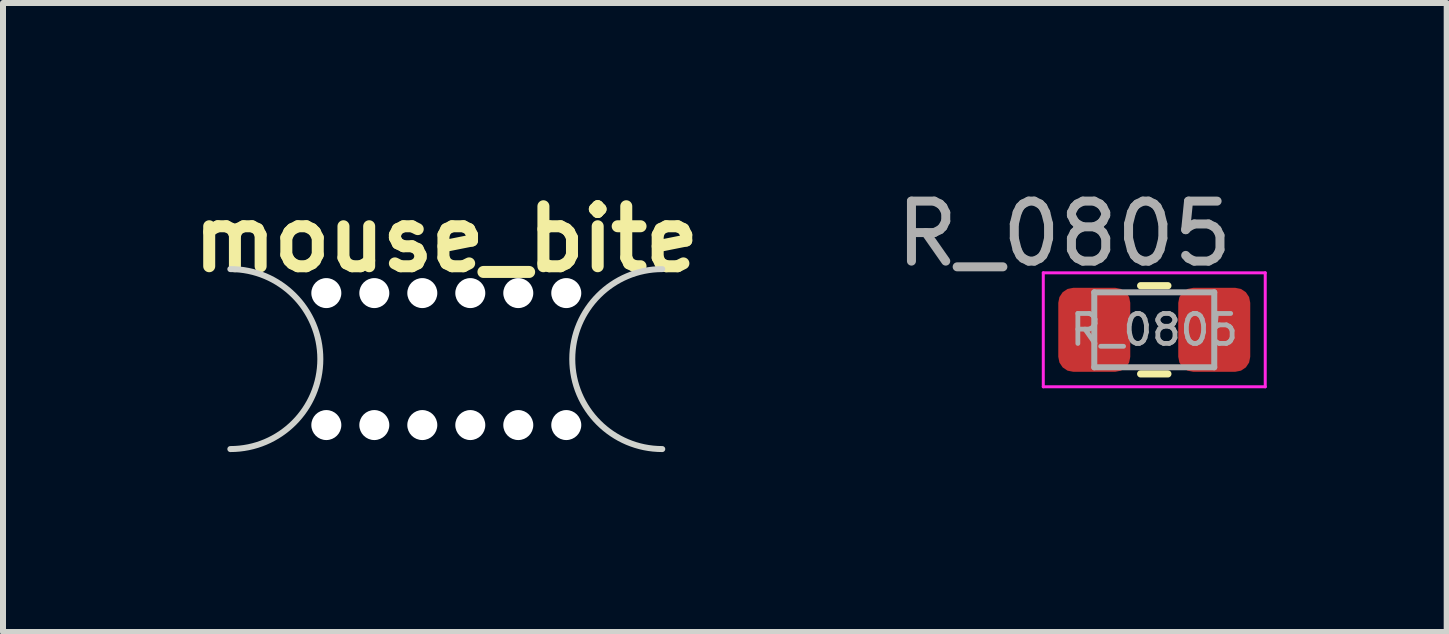
<source format=kicad_pcb>
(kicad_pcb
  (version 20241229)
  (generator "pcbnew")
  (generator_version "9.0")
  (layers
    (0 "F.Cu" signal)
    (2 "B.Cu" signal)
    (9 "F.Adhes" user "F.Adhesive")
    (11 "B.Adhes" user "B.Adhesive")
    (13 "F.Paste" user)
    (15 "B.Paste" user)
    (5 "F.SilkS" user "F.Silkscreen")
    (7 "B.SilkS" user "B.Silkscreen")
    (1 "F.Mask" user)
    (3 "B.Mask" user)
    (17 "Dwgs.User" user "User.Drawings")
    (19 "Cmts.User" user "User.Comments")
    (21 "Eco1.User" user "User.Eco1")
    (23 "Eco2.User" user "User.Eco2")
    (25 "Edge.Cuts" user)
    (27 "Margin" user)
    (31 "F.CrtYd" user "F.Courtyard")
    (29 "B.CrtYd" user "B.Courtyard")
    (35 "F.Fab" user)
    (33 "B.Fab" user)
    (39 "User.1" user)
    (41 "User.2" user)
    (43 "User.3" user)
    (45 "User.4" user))
  (footprint "mouse_bite"
    (layer "F.Cu")
    (at 4.39 2.936)
    (property "Reference" "mouse_bite" (at 0 -2 0) (layer "F.SilkS") (effects (font (size 1 1) (thickness 0.2))))
    (attr through_hole board_only)
    (fp_arc (start -3.6 -1.5) (mid -2.1 0) (end -3.6 1.5) (stroke (width 0.1) (type solid)) (layer "Edge.Cuts"))
    (fp_arc (start 3.6 1.5) (mid 2.1 0) (end 3.6 -1.5) (stroke (width 0.1) (type solid)) (layer "Edge.Cuts"))
    (pad "" np_thru_hole circle (at -2 -1.1) (size 0.5 0.5) (drill 0.5) (layers "*.Cu" "*.Mask"))
    (pad "" np_thru_hole circle (at -2 1.1) (size 0.5 0.5) (drill 0.5) (layers "*.Cu" "*.Mask"))
    (pad "" np_thru_hole circle (at -1.2 -1.1) (size 0.5 0.5) (drill 0.5) (layers "*.Cu" "*.Mask"))
    (pad "" np_thru_hole circle (at -1.2 1.1) (size 0.5 0.5) (drill 0.5) (layers "*.Cu" "*.Mask"))
    (pad "" np_thru_hole circle (at -0.4 -1.1) (size 0.5 0.5) (drill 0.5) (layers "*.Cu" "*.Mask"))
    (pad "" np_thru_hole circle (at -0.4 1.1) (size 0.5 0.5) (drill 0.5) (layers "*.Cu" "*.Mask"))
    (pad "" np_thru_hole circle (at 0.4 -1.1) (size 0.5 0.5) (drill 0.5) (layers "*.Cu" "*.Mask"))
    (pad "" np_thru_hole circle (at 0.4 1.1) (size 0.5 0.5) (drill 0.5) (layers "*.Cu" "*.Mask"))
    (pad "" np_thru_hole circle (at 1.2 -1.1) (size 0.5 0.5) (drill 0.5) (layers "*.Cu" "*.Mask"))
    (pad "" np_thru_hole circle (at 1.2 1.1) (size 0.5 0.5) (drill 0.5) (layers "*.Cu" "*.Mask"))
    (pad "" np_thru_hole circle (at 2 -1.1) (size 0.5 0.5) (drill 0.5) (layers "*.Cu" "*.Mask"))
    (pad "" np_thru_hole circle (at 2 1.1) (size 0.5 0.5) (drill 0.5) (layers "*.Cu" "*.Mask")))
  (footprint "R_0805"
    (layer "F.Cu")
    (at 16.192 2.448)
    (property "Reference" "R_0805" (at -1.5 -1.6 0) (layer "F.Fab") (effects (font (size 1 1) (thickness 0.15))))
    (attr smd)
    (fp_line (start -0.227 -0.735) (end 0.227 -0.735) (stroke (width 0.12) (type solid)) (layer "F.SilkS"))
    (fp_line (start -0.227 0.735) (end 0.227 0.735) (stroke (width 0.12) (type solid)) (layer "F.SilkS"))
    (fp_line (start -1.85 -0.95) (end 1.85 -0.95) (stroke (width 0.05) (type solid)) (layer "F.CrtYd"))
    (fp_line (start -1.85 0.95) (end -1.85 -0.95) (stroke (width 0.05) (type solid)) (layer "F.CrtYd"))
    (fp_line (start 1.85 -0.95) (end 1.85 0.95) (stroke (width 0.05) (type solid)) (layer "F.CrtYd"))
    (fp_line (start 1.85 0.95) (end -1.85 0.95) (stroke (width 0.05) (type solid)) (layer "F.CrtYd"))
    (fp_line (start -1 -0.625) (end 1 -0.625) (stroke (width 0.1) (type solid)) (layer "F.Fab"))
    (fp_line (start -1 0.625) (end -1 -0.625) (stroke (width 0.1) (type solid)) (layer "F.Fab"))
    (fp_line (start 1 -0.625) (end 1 0.625) (stroke (width 0.1) (type solid)) (layer "F.Fab"))
    (fp_line (start 1 0.625) (end -1 0.625) (stroke (width 0.1) (type solid)) (layer "F.Fab"))
    (fp_text user "${REFERENCE}" (at 0 0 0) (layer "F.Fab") (effects (font (size 0.5 0.5) (thickness 0.08))))
    (pad "1" smd roundrect (at -1 0) (size 1.2 1.4) (layers "F.Cu" "F.Mask" "F.Paste") (roundrect_rratio 0.208))
    (pad "2" smd roundrect (at 1 0) (size 1.2 1.4) (layers "F.Cu" "F.Mask" "F.Paste") (roundrect_rratio 0.208)))
  (gr_rect
    (start -3 -3)
    (end 21.067 7.486)
    (stroke (width 0.1) (type default))
    (fill no)
    (layer "Edge.Cuts")))
</source>
